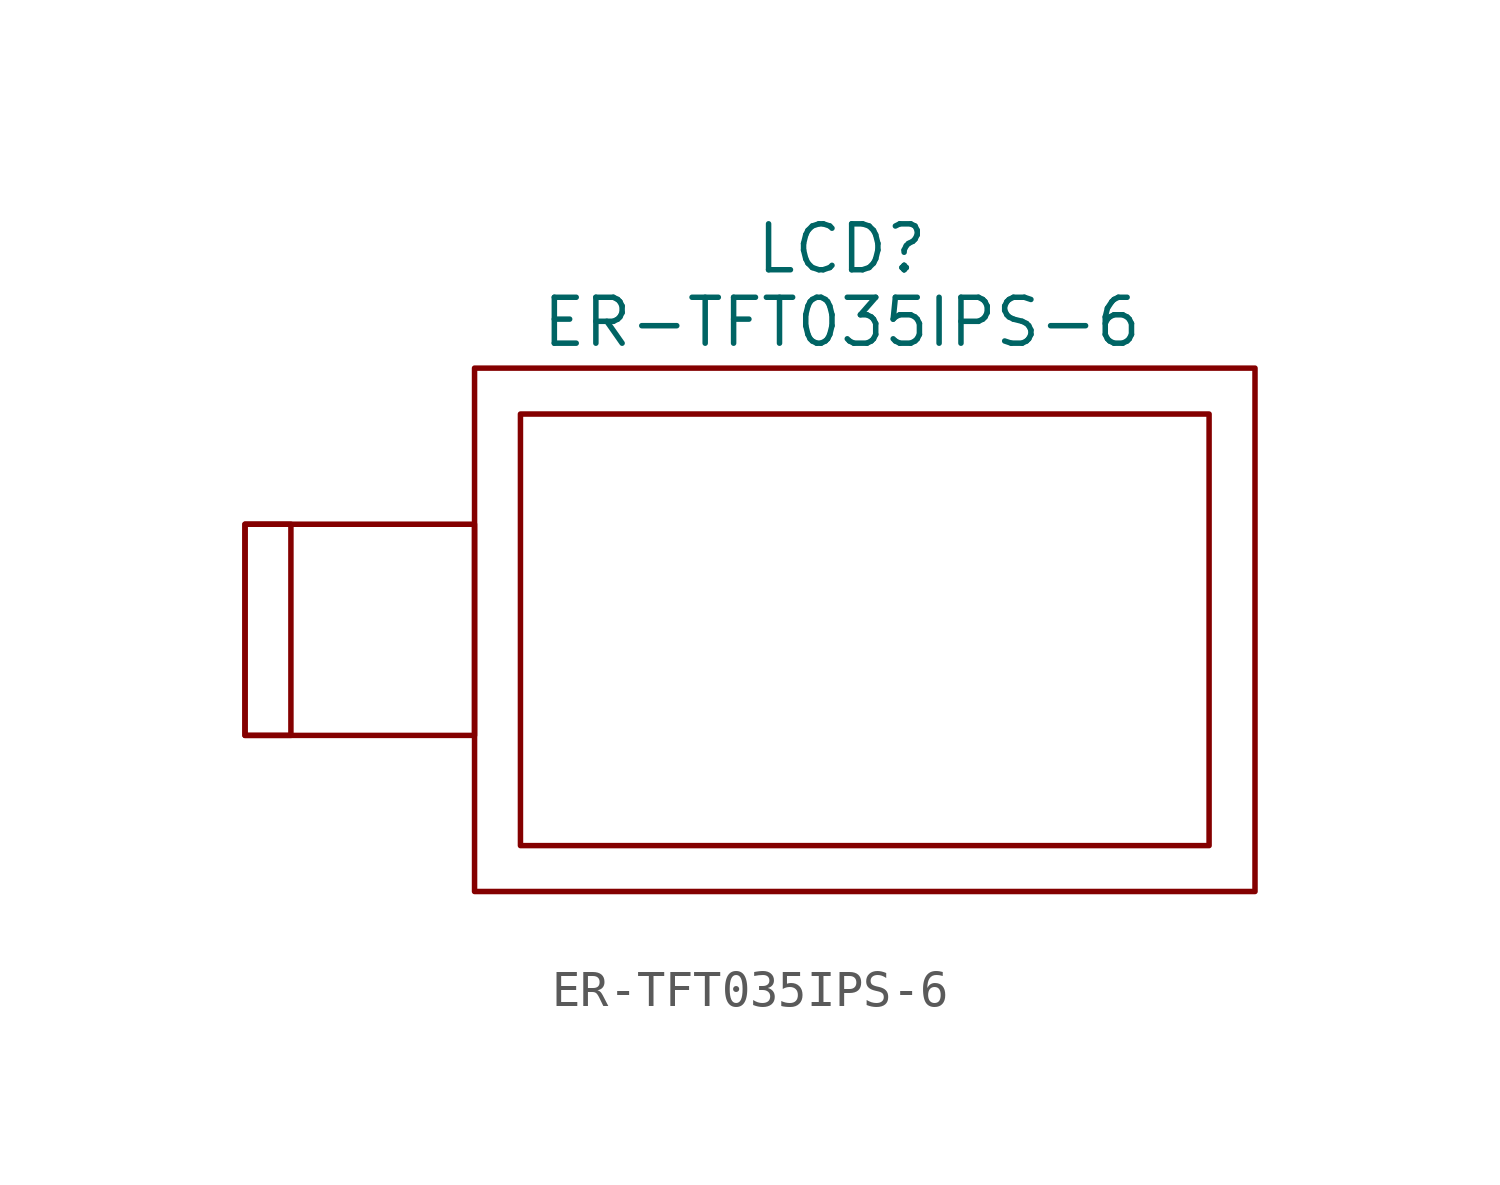
<source format=kicad_sym>
(kicad_symbol_lib
  (version 20241209)
  (generator "kicad_symbol_editor")
  (generator_version "9.0")
  (symbol "ER-TFT035IPS-6"
    (property "Reference" "LCD"
      (at 0 10.922 0)
      (effects (font (size 1.27 1.27))))
    (property "Value" "ER-TFT035IPS-6"
      (at 0 8.89 0)
      (effects (font (size 1.27 1.27))))
    (symbol "ER-TFT035IPS-6_0_1"
      (rectangle (start -16.51 3.302) (end -15.24 -2.54) (stroke (width 0) (type default)) (fill (type none)))
      (rectangle (start -16.51 3.302) (end -10.16 -2.54) (stroke (width 0) (type default)) (fill (type none)))
      (rectangle (start -10.16 7.62) (end 11.43 -6.858) (stroke (width 0) (type default)) (fill (type none)))
      (rectangle (start -8.89 6.35) (end 10.16 -5.588) (stroke (width 0) (type default)) (fill (type none))))))
</source>
